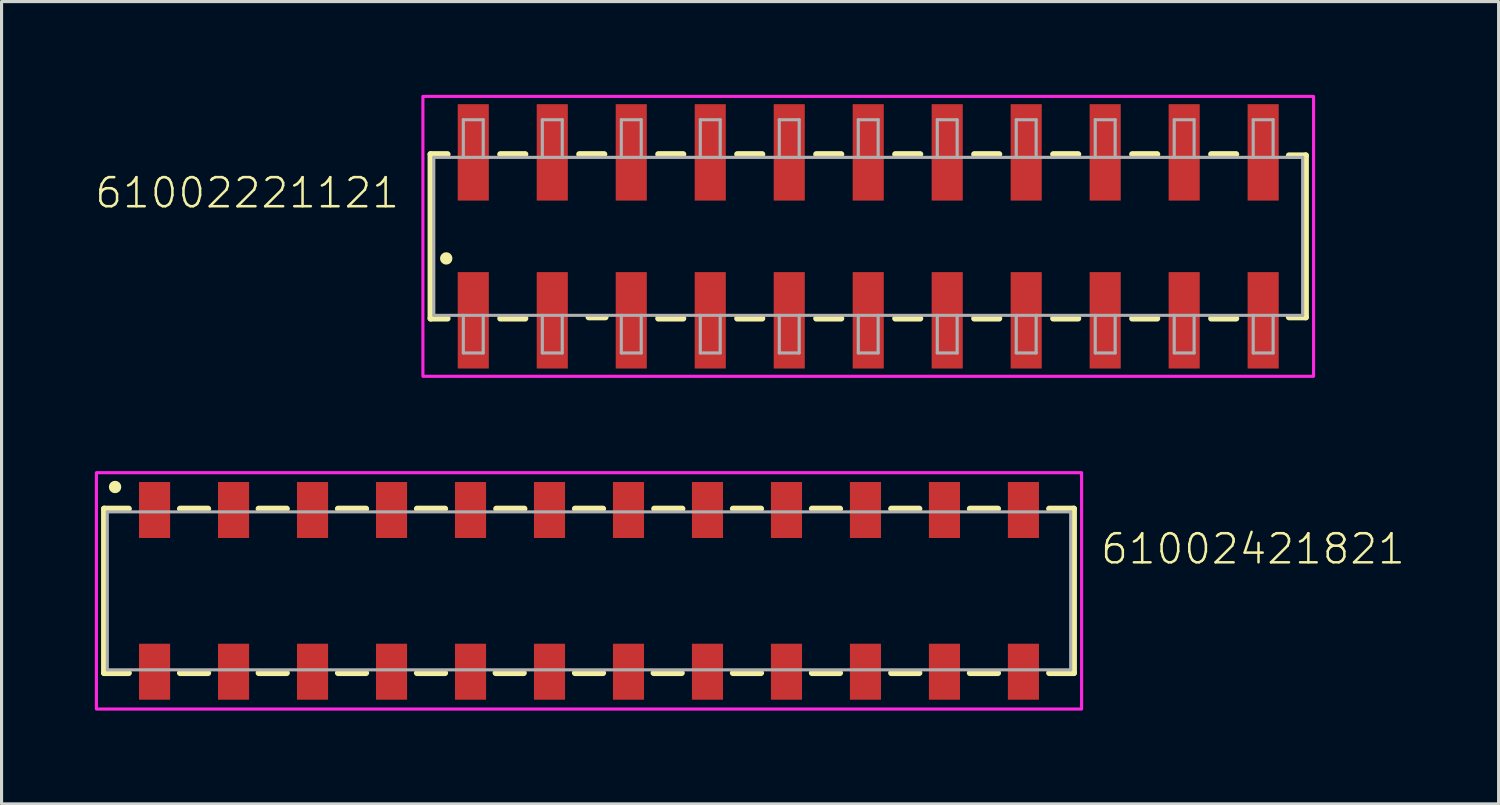
<source format=kicad_pcb>
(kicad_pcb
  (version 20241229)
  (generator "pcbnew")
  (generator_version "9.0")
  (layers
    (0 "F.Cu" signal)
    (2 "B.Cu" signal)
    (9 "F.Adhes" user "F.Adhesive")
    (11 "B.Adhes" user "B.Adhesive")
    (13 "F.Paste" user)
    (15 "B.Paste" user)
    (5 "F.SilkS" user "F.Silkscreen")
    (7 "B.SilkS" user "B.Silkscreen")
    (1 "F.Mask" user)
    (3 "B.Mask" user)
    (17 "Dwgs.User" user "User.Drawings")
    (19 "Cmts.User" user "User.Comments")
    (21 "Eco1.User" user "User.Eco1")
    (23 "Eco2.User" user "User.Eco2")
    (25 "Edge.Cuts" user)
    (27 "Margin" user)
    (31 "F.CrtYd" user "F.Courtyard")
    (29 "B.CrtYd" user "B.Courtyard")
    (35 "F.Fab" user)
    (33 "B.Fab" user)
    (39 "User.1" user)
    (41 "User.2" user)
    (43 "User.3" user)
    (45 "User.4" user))
  (footprint "61002421821"
    (layer "F.Cu")
    (at 15.89 15.95)
    (property "Reference" "61002421821" (at 16.4 -0.8 0) (unlocked yes) (layer "F.SilkS") (effects (font (size 0.935 0.935) (thickness 0.081)) (justify left bottom)))
    (fp_line (start -15.59 -2.64) (end -15.59 2.64) (stroke (width 0.2) (type solid)) (layer "F.SilkS"))
    (fp_line (start -14.8 -2.64) (end -15.59 -2.64) (stroke (width 0.2) (type solid)) (layer "F.SilkS"))
    (fp_line (start -14.8 2.64) (end -15.59 2.64) (stroke (width 0.2) (type solid)) (layer "F.SilkS"))
    (fp_line (start -13.15 -2.64) (end -12.25 -2.64) (stroke (width 0.2) (type solid)) (layer "F.SilkS"))
    (fp_line (start -12.25 2.64) (end -13.15 2.64) (stroke (width 0.2) (type solid)) (layer "F.SilkS"))
    (fp_line (start -10.62 -2.64) (end -9.72 -2.64) (stroke (width 0.2) (type solid)) (layer "F.SilkS"))
    (fp_line (start -10.62 2.64) (end -9.72 2.64) (stroke (width 0.2) (type solid)) (layer "F.SilkS"))
    (fp_line (start -8.07 -2.64) (end -7.17 -2.64) (stroke (width 0.2) (type solid)) (layer "F.SilkS"))
    (fp_line (start -8.07 2.64) (end -7.17 2.64) (stroke (width 0.2) (type solid)) (layer "F.SilkS"))
    (fp_line (start -5.53 -2.64) (end -4.63 -2.64) (stroke (width 0.2) (type solid)) (layer "F.SilkS"))
    (fp_line (start -5.53 2.64) (end -4.63 2.64) (stroke (width 0.2) (type solid)) (layer "F.SilkS"))
    (fp_line (start -3 2.64) (end -2.1 2.64) (stroke (width 0.2) (type solid)) (layer "F.SilkS"))
    (fp_line (start -2.98 -2.64) (end -2.08 -2.64) (stroke (width 0.2) (type solid)) (layer "F.SilkS"))
    (fp_line (start -0.45 -2.64) (end 0.45 -2.64) (stroke (width 0.2) (type solid)) (layer "F.SilkS"))
    (fp_line (start 0.45 2.64) (end -0.45 2.64) (stroke (width 0.2) (type solid)) (layer "F.SilkS"))
    (fp_line (start 2.98 2.64) (end 2.08 2.64) (stroke (width 0.2) (type solid)) (layer "F.SilkS"))
    (fp_line (start 3 -2.64) (end 2.1 -2.64) (stroke (width 0.2) (type solid)) (layer "F.SilkS"))
    (fp_line (start 5.53 -2.64) (end 4.63 -2.64) (stroke (width 0.2) (type solid)) (layer "F.SilkS"))
    (fp_line (start 5.53 2.64) (end 4.63 2.64) (stroke (width 0.2) (type solid)) (layer "F.SilkS"))
    (fp_line (start 8.07 -2.64) (end 7.17 -2.64) (stroke (width 0.2) (type solid)) (layer "F.SilkS"))
    (fp_line (start 8.07 2.64) (end 7.17 2.64) (stroke (width 0.2) (type solid)) (layer "F.SilkS"))
    (fp_line (start 10.62 -2.64) (end 9.72 -2.64) (stroke (width 0.2) (type solid)) (layer "F.SilkS"))
    (fp_line (start 10.62 2.64) (end 9.72 2.64) (stroke (width 0.2) (type solid)) (layer "F.SilkS"))
    (fp_line (start 12.25 -2.64) (end 13.15 -2.64) (stroke (width 0.2) (type solid)) (layer "F.SilkS"))
    (fp_line (start 13.15 2.64) (end 12.25 2.64) (stroke (width 0.2) (type solid)) (layer "F.SilkS"))
    (fp_line (start 14.8 -2.64) (end 15.59 -2.64) (stroke (width 0.2) (type solid)) (layer "F.SilkS"))
    (fp_line (start 14.8 2.64) (end 15.59 2.64) (stroke (width 0.2) (type solid)) (layer "F.SilkS"))
    (fp_line (start 15.59 2.64) (end 15.59 -2.64) (stroke (width 0.2) (type solid)) (layer "F.SilkS"))
    (fp_circle (center -15.24 -3.34) (end -15.14 -3.34) (stroke (width 0.2) (type solid)) (fill no) (layer "F.SilkS"))
    (fp_poly (pts (xy 15.84 3.8) (xy -15.84 3.8) (xy -15.84 -3.8) (xy 15.84 -3.8)) (stroke (width 0.1) (type default)) (fill no) (layer "F.CrtYd"))
    (fp_line (start -15.49 -2.54) (end -15.49 2.54) (stroke (width 0.1) (type solid)) (layer "F.Fab"))
    (fp_line (start -15.49 2.54) (end 15.49 2.54) (stroke (width 0.1) (type solid)) (layer "F.Fab"))
    (fp_line (start 15.49 -2.54) (end -15.49 -2.54) (stroke (width 0.1) (type solid)) (layer "F.Fab"))
    (fp_line (start 15.49 2.54) (end 15.49 -2.54) (stroke (width 0.1) (type solid)) (layer "F.Fab"))
    (pad "1" smd rect (at -13.97 -2.6) (size 1 1.8) (layers "F.Cu" "F.Mask" "F.Paste"))
    (pad "2" smd rect (at -13.97 2.6) (size 1 1.8) (layers "F.Cu" "F.Mask" "F.Paste"))
    (pad "3" smd rect (at -11.43 -2.6) (size 1 1.8) (layers "F.Cu" "F.Mask" "F.Paste"))
    (pad "4" smd rect (at -11.43 2.6) (size 1 1.8) (layers "F.Cu" "F.Mask" "F.Paste"))
    (pad "5" smd rect (at -8.89 -2.6) (size 1 1.8) (layers "F.Cu" "F.Mask" "F.Paste"))
    (pad "6" smd rect (at -8.89 2.6) (size 1 1.8) (layers "F.Cu" "F.Mask" "F.Paste"))
    (pad "7" smd rect (at -6.35 -2.6) (size 1 1.8) (layers "F.Cu" "F.Mask" "F.Paste"))
    (pad "8" smd rect (at -6.35 2.6) (size 1 1.8) (layers "F.Cu" "F.Mask" "F.Paste"))
    (pad "9" smd rect (at -3.81 -2.6) (size 1 1.8) (layers "F.Cu" "F.Mask" "F.Paste"))
    (pad "10" smd rect (at -3.81 2.6) (size 1 1.8) (layers "F.Cu" "F.Mask" "F.Paste"))
    (pad "11" smd rect (at -1.27 -2.6) (size 1 1.8) (layers "F.Cu" "F.Mask" "F.Paste"))
    (pad "12" smd rect (at -1.27 2.6) (size 1 1.8) (layers "F.Cu" "F.Mask" "F.Paste"))
    (pad "13" smd rect (at 1.27 -2.6) (size 1 1.8) (layers "F.Cu" "F.Mask" "F.Paste"))
    (pad "14" smd rect (at 1.27 2.6) (size 1 1.8) (layers "F.Cu" "F.Mask" "F.Paste"))
    (pad "15" smd rect (at 3.81 -2.6) (size 1 1.8) (layers "F.Cu" "F.Mask" "F.Paste"))
    (pad "16" smd rect (at 3.81 2.6) (size 1 1.8) (layers "F.Cu" "F.Mask" "F.Paste"))
    (pad "17" smd rect (at 6.35 -2.6) (size 1 1.8) (layers "F.Cu" "F.Mask" "F.Paste"))
    (pad "18" smd rect (at 6.35 2.6) (size 1 1.8) (layers "F.Cu" "F.Mask" "F.Paste"))
    (pad "19" smd rect (at 8.89 -2.6) (size 1 1.8) (layers "F.Cu" "F.Mask" "F.Paste"))
    (pad "20" smd rect (at 8.89 2.6) (size 1 1.8) (layers "F.Cu" "F.Mask" "F.Paste"))
    (pad "21" smd rect (at 11.43 -2.6) (size 1 1.8) (layers "F.Cu" "F.Mask" "F.Paste"))
    (pad "22" smd rect (at 11.43 2.6) (size 1 1.8) (layers "F.Cu" "F.Mask" "F.Paste"))
    (pad "23" smd rect (at 13.97 -2.6) (size 1 1.8) (layers "F.Cu" "F.Mask" "F.Paste"))
    (pad "24" smd rect (at 13.97 2.6) (size 1 1.8) (layers "F.Cu" "F.Mask" "F.Paste")))
  (footprint "61002221121"
    (layer "F.Cu")
    (at 24.869 4.55)
    (property "Reference" "61002221121" (at -15.02 -0.85 0) (unlocked yes) (layer "F.SilkS") (effects (font (size 0.935 0.935) (thickness 0.081)) (justify right bottom)))
    (fp_line (start -14.07 -2.64) (end -14.07 2.64) (stroke (width 0.2) (type solid)) (layer "F.SilkS"))
    (fp_line (start -14.07 2.64) (end -13.53 2.64) (stroke (width 0.2) (type solid)) (layer "F.SilkS"))
    (fp_line (start -13.53 -2.64) (end -14.07 -2.64) (stroke (width 0.2) (type solid)) (layer "F.SilkS"))
    (fp_line (start -11.83 2.64) (end -11.03 2.64) (stroke (width 0.2) (type solid)) (layer "F.SilkS"))
    (fp_line (start -11.03 -2.64) (end -11.83 -2.64) (stroke (width 0.2) (type solid)) (layer "F.SilkS"))
    (fp_line (start -8.49 -2.64) (end -9.29 -2.64) (stroke (width 0.2) (type solid)) (layer "F.SilkS"))
    (fp_line (start -8.45 2.6) (end -8.99 2.6) (stroke (width 0.2) (type solid)) (layer "F.SilkS"))
    (fp_line (start -6.75 2.64) (end -5.95 2.64) (stroke (width 0.2) (type solid)) (layer "F.SilkS"))
    (fp_line (start -5.95 -2.64) (end -6.75 -2.64) (stroke (width 0.2) (type solid)) (layer "F.SilkS"))
    (fp_line (start -4.21 2.64) (end -3.41 2.64) (stroke (width 0.2) (type solid)) (layer "F.SilkS"))
    (fp_line (start -3.41 -2.64) (end -4.21 -2.64) (stroke (width 0.2) (type solid)) (layer "F.SilkS"))
    (fp_line (start -1.67 2.64) (end -0.87 2.64) (stroke (width 0.2) (type solid)) (layer "F.SilkS"))
    (fp_line (start -0.87 -2.64) (end -1.67 -2.64) (stroke (width 0.2) (type solid)) (layer "F.SilkS"))
    (fp_line (start 0.87 2.64) (end 1.67 2.64) (stroke (width 0.2) (type solid)) (layer "F.SilkS"))
    (fp_line (start 1.67 -2.64) (end 0.87 -2.64) (stroke (width 0.2) (type solid)) (layer "F.SilkS"))
    (fp_line (start 3.41 2.64) (end 4.21 2.64) (stroke (width 0.2) (type solid)) (layer "F.SilkS"))
    (fp_line (start 4.21 -2.64) (end 3.41 -2.64) (stroke (width 0.2) (type solid)) (layer "F.SilkS"))
    (fp_line (start 5.95 2.64) (end 6.75 2.64) (stroke (width 0.2) (type solid)) (layer "F.SilkS"))
    (fp_line (start 6.75 -2.64) (end 5.95 -2.64) (stroke (width 0.2) (type solid)) (layer "F.SilkS"))
    (fp_line (start 8.49 2.64) (end 9.29 2.64) (stroke (width 0.2) (type solid)) (layer "F.SilkS"))
    (fp_line (start 9.29 -2.64) (end 8.49 -2.64) (stroke (width 0.2) (type solid)) (layer "F.SilkS"))
    (fp_line (start 11.03 2.64) (end 11.83 2.64) (stroke (width 0.2) (type solid)) (layer "F.SilkS"))
    (fp_line (start 11.83 -2.64) (end 11.03 -2.64) (stroke (width 0.2) (type solid)) (layer "F.SilkS"))
    (fp_line (start 13.53 -2.6) (end 14.07 -2.6) (stroke (width 0.2) (type solid)) (layer "F.SilkS"))
    (fp_line (start 14.07 -2.6) (end 14.07 2.6) (stroke (width 0.2) (type solid)) (layer "F.SilkS"))
    (fp_line (start 14.07 2.6) (end 13.53 2.6) (stroke (width 0.2) (type solid)) (layer "F.SilkS"))
    (fp_circle (center -13.57 0.71) (end -13.47 0.71) (stroke (width 0.2) (type solid)) (fill no) (layer "F.SilkS"))
    (fp_poly (pts (xy 14.32 4.5) (xy -14.32 4.5) (xy -14.32 -4.5) (xy 14.32 -4.5)) (stroke (width 0.1) (type default)) (fill no) (layer "F.CrtYd"))
    (fp_line (start -13.97 -2.54) (end -13.97 2.54) (stroke (width 0.1) (type solid)) (layer "F.Fab"))
    (fp_line (start -13.97 2.54) (end 13.97 2.54) (stroke (width 0.1) (type solid)) (layer "F.Fab"))
    (fp_line (start -13.02 -3.75) (end -12.38 -3.75) (stroke (width 0.1) (type solid)) (layer "F.Fab"))
    (fp_line (start -13.02 -2.54) (end -13.97 -2.54) (stroke (width 0.1) (type solid)) (layer "F.Fab"))
    (fp_line (start -13.02 -2.54) (end -13.02 -3.75) (stroke (width 0.1) (type solid)) (layer "F.Fab"))
    (fp_line (start -13.02 3.75) (end -13.02 2.54) (stroke (width 0.1) (type solid)) (layer "F.Fab"))
    (fp_line (start -12.38 -3.75) (end -12.38 -2.54) (stroke (width 0.1) (type solid)) (layer "F.Fab"))
    (fp_line (start -12.38 -2.54) (end -13.02 -2.54) (stroke (width 0.1) (type solid)) (layer "F.Fab"))
    (fp_line (start -12.38 2.54) (end -12.38 3.75) (stroke (width 0.1) (type solid)) (layer "F.Fab"))
    (fp_line (start -12.38 3.75) (end -13.02 3.75) (stroke (width 0.1) (type solid)) (layer "F.Fab"))
    (fp_line (start -10.48 -3.75) (end -9.84 -3.75) (stroke (width 0.1) (type solid)) (layer "F.Fab"))
    (fp_line (start -10.48 -2.54) (end -10.48 -3.75) (stroke (width 0.1) (type solid)) (layer "F.Fab"))
    (fp_line (start -10.48 3.75) (end -10.48 2.54) (stroke (width 0.1) (type solid)) (layer "F.Fab"))
    (fp_line (start -9.84 -3.75) (end -9.84 -2.54) (stroke (width 0.1) (type solid)) (layer "F.Fab"))
    (fp_line (start -9.84 2.54) (end -9.84 3.75) (stroke (width 0.1) (type solid)) (layer "F.Fab"))
    (fp_line (start -9.84 3.75) (end -10.48 3.75) (stroke (width 0.1) (type solid)) (layer "F.Fab"))
    (fp_line (start -7.94 -3.75) (end -7.3 -3.75) (stroke (width 0.1) (type solid)) (layer "F.Fab"))
    (fp_line (start -7.94 -2.54) (end -7.94 -3.75) (stroke (width 0.1) (type solid)) (layer "F.Fab"))
    (fp_line (start -7.94 3.75) (end -7.94 2.54) (stroke (width 0.1) (type solid)) (layer "F.Fab"))
    (fp_line (start -7.3 -3.75) (end -7.3 -2.54) (stroke (width 0.1) (type solid)) (layer "F.Fab"))
    (fp_line (start -7.3 2.54) (end -7.3 3.75) (stroke (width 0.1) (type solid)) (layer "F.Fab"))
    (fp_line (start -7.3 3.75) (end -7.94 3.75) (stroke (width 0.1) (type solid)) (layer "F.Fab"))
    (fp_line (start -5.4 -3.75) (end -4.76 -3.75) (stroke (width 0.1) (type solid)) (layer "F.Fab"))
    (fp_line (start -5.4 -2.54) (end -5.4 -3.75) (stroke (width 0.1) (type solid)) (layer "F.Fab"))
    (fp_line (start -5.4 3.75) (end -5.4 2.54) (stroke (width 0.1) (type solid)) (layer "F.Fab"))
    (fp_line (start -4.76 -3.75) (end -4.76 -2.54) (stroke (width 0.1) (type solid)) (layer "F.Fab"))
    (fp_line (start -4.76 2.54) (end -4.76 3.75) (stroke (width 0.1) (type solid)) (layer "F.Fab"))
    (fp_line (start -4.76 3.75) (end -5.4 3.75) (stroke (width 0.1) (type solid)) (layer "F.Fab"))
    (fp_line (start -2.86 -3.75) (end -2.22 -3.75) (stroke (width 0.1) (type solid)) (layer "F.Fab"))
    (fp_line (start -2.86 -2.54) (end -2.86 -3.75) (stroke (width 0.1) (type solid)) (layer "F.Fab"))
    (fp_line (start -2.86 3.75) (end -2.86 2.54) (stroke (width 0.1) (type solid)) (layer "F.Fab"))
    (fp_line (start -2.22 -3.75) (end -2.22 -2.54) (stroke (width 0.1) (type solid)) (layer "F.Fab"))
    (fp_line (start -2.22 2.54) (end -2.22 3.75) (stroke (width 0.1) (type solid)) (layer "F.Fab"))
    (fp_line (start -2.22 3.75) (end -2.86 3.75) (stroke (width 0.1) (type solid)) (layer "F.Fab"))
    (fp_line (start -0.32 -3.75) (end 0.32 -3.75) (stroke (width 0.1) (type solid)) (layer "F.Fab"))
    (fp_line (start -0.32 -2.54) (end -0.32 -3.75) (stroke (width 0.1) (type solid)) (layer "F.Fab"))
    (fp_line (start -0.32 3.75) (end -0.32 2.54) (stroke (width 0.1) (type solid)) (layer "F.Fab"))
    (fp_line (start 0.32 -3.75) (end 0.32 -2.54) (stroke (width 0.1) (type solid)) (layer "F.Fab"))
    (fp_line (start 0.32 2.54) (end 0.32 3.75) (stroke (width 0.1) (type solid)) (layer "F.Fab"))
    (fp_line (start 0.32 3.75) (end -0.32 3.75) (stroke (width 0.1) (type solid)) (layer "F.Fab"))
    (fp_line (start 2.22 -3.75) (end 2.86 -3.75) (stroke (width 0.1) (type solid)) (layer "F.Fab"))
    (fp_line (start 2.22 -2.54) (end 2.22 -3.75) (stroke (width 0.1) (type solid)) (layer "F.Fab"))
    (fp_line (start 2.22 3.75) (end 2.22 2.54) (stroke (width 0.1) (type solid)) (layer "F.Fab"))
    (fp_line (start 2.86 -3.75) (end 2.86 -2.54) (stroke (width 0.1) (type solid)) (layer "F.Fab"))
    (fp_line (start 2.86 2.54) (end 2.86 3.75) (stroke (width 0.1) (type solid)) (layer "F.Fab"))
    (fp_line (start 2.86 3.75) (end 2.22 3.75) (stroke (width 0.1) (type solid)) (layer "F.Fab"))
    (fp_line (start 4.76 -3.75) (end 5.4 -3.75) (stroke (width 0.1) (type solid)) (layer "F.Fab"))
    (fp_line (start 4.76 -2.54) (end 4.76 -3.75) (stroke (width 0.1) (type solid)) (layer "F.Fab"))
    (fp_line (start 4.76 3.75) (end 4.76 2.54) (stroke (width 0.1) (type solid)) (layer "F.Fab"))
    (fp_line (start 5.4 -3.75) (end 5.4 -2.54) (stroke (width 0.1) (type solid)) (layer "F.Fab"))
    (fp_line (start 5.4 2.54) (end 5.4 3.75) (stroke (width 0.1) (type solid)) (layer "F.Fab"))
    (fp_line (start 5.4 3.75) (end 4.76 3.75) (stroke (width 0.1) (type solid)) (layer "F.Fab"))
    (fp_line (start 7.3 -3.75) (end 7.94 -3.75) (stroke (width 0.1) (type solid)) (layer "F.Fab"))
    (fp_line (start 7.3 -2.54) (end 7.3 -3.75) (stroke (width 0.1) (type solid)) (layer "F.Fab"))
    (fp_line (start 7.3 3.75) (end 7.3 2.54) (stroke (width 0.1) (type solid)) (layer "F.Fab"))
    (fp_line (start 7.94 -3.75) (end 7.94 -2.54) (stroke (width 0.1) (type solid)) (layer "F.Fab"))
    (fp_line (start 7.94 2.54) (end 7.94 3.75) (stroke (width 0.1) (type solid)) (layer "F.Fab"))
    (fp_line (start 7.94 3.75) (end 7.3 3.75) (stroke (width 0.1) (type solid)) (layer "F.Fab"))
    (fp_line (start 9.84 -3.75) (end 10.48 -3.75) (stroke (width 0.1) (type solid)) (layer "F.Fab"))
    (fp_line (start 9.84 -2.54) (end 9.84 -3.75) (stroke (width 0.1) (type solid)) (layer "F.Fab"))
    (fp_line (start 9.84 3.75) (end 9.84 2.54) (stroke (width 0.1) (type solid)) (layer "F.Fab"))
    (fp_line (start 10.48 -3.75) (end 10.48 -2.54) (stroke (width 0.1) (type solid)) (layer "F.Fab"))
    (fp_line (start 10.48 2.54) (end 10.48 3.75) (stroke (width 0.1) (type solid)) (layer "F.Fab"))
    (fp_line (start 10.48 3.75) (end 9.84 3.75) (stroke (width 0.1) (type solid)) (layer "F.Fab"))
    (fp_line (start 12.38 -3.75) (end 13.02 -3.75) (stroke (width 0.1) (type solid)) (layer "F.Fab"))
    (fp_line (start 12.38 -2.54) (end 12.38 -3.75) (stroke (width 0.1) (type solid)) (layer "F.Fab"))
    (fp_line (start 12.38 3.75) (end 12.38 2.54) (stroke (width 0.1) (type solid)) (layer "F.Fab"))
    (fp_line (start 13.02 -3.75) (end 13.02 -2.54) (stroke (width 0.1) (type solid)) (layer "F.Fab"))
    (fp_line (start 13.02 2.54) (end 13.02 3.75) (stroke (width 0.1) (type solid)) (layer "F.Fab"))
    (fp_line (start 13.02 3.75) (end 12.38 3.75) (stroke (width 0.1) (type solid)) (layer "F.Fab"))
    (fp_line (start 13.97 -2.54) (end -12.38 -2.54) (stroke (width 0.1) (type solid)) (layer "F.Fab"))
    (fp_line (start 13.97 2.54) (end 13.97 -2.54) (stroke (width 0.1) (type solid)) (layer "F.Fab"))
    (pad "1" smd rect (at -12.7 2.7 90) (size 3.1 1) (layers "F.Cu" "F.Mask" "F.Paste"))
    (pad "2" smd rect (at -12.7 -2.7 90) (size 3.1 1) (layers "F.Cu" "F.Mask" "F.Paste"))
    (pad "3" smd rect (at -10.16 2.7 90) (size 3.1 1) (layers "F.Cu" "F.Mask" "F.Paste"))
    (pad "4" smd rect (at -10.16 -2.7 90) (size 3.1 1) (layers "F.Cu" "F.Mask" "F.Paste"))
    (pad "5" smd rect (at -7.62 2.7 90) (size 3.1 1) (layers "F.Cu" "F.Mask" "F.Paste"))
    (pad "6" smd rect (at -7.62 -2.7 90) (size 3.1 1) (layers "F.Cu" "F.Mask" "F.Paste"))
    (pad "7" smd rect (at -5.08 2.7 90) (size 3.1 1) (layers "F.Cu" "F.Mask" "F.Paste"))
    (pad "8" smd rect (at -5.08 -2.7 90) (size 3.1 1) (layers "F.Cu" "F.Mask" "F.Paste"))
    (pad "9" smd rect (at -2.54 2.7 90) (size 3.1 1) (layers "F.Cu" "F.Mask" "F.Paste"))
    (pad "10" smd rect (at -2.54 -2.7 90) (size 3.1 1) (layers "F.Cu" "F.Mask" "F.Paste"))
    (pad "11" smd rect (at 0 2.7 90) (size 3.1 1) (layers "F.Cu" "F.Mask" "F.Paste"))
    (pad "12" smd rect (at 0 -2.7 90) (size 3.1 1) (layers "F.Cu" "F.Mask" "F.Paste"))
    (pad "13" smd rect (at 2.54 2.7 90) (size 3.1 1) (layers "F.Cu" "F.Mask" "F.Paste"))
    (pad "14" smd rect (at 2.54 -2.7 90) (size 3.1 1) (layers "F.Cu" "F.Mask" "F.Paste"))
    (pad "15" smd rect (at 5.08 2.7 90) (size 3.1 1) (layers "F.Cu" "F.Mask" "F.Paste"))
    (pad "16" smd rect (at 5.08 -2.7 90) (size 3.1 1) (layers "F.Cu" "F.Mask" "F.Paste"))
    (pad "17" smd rect (at 7.62 2.7 90) (size 3.1 1) (layers "F.Cu" "F.Mask" "F.Paste"))
    (pad "18" smd rect (at 7.62 -2.7 90) (size 3.1 1) (layers "F.Cu" "F.Mask" "F.Paste"))
    (pad "19" smd rect (at 10.16 2.7 90) (size 3.1 1) (layers "F.Cu" "F.Mask" "F.Paste"))
    (pad "20" smd rect (at 10.16 -2.7 90) (size 3.1 1) (layers "F.Cu" "F.Mask" "F.Paste"))
    (pad "21" smd rect (at 12.7 2.7 90) (size 3.1 1) (layers "F.Cu" "F.Mask" "F.Paste"))
    (pad "22" smd rect (at 12.7 -2.7 90) (size 3.1 1) (layers "F.Cu" "F.Mask" "F.Paste")))
  (gr_rect
    (start -3 -3)
    (end 45.139 22.8)
    (stroke (width 0.1) (type default))
    (fill no)
    (layer "Edge.Cuts")))
</source>
